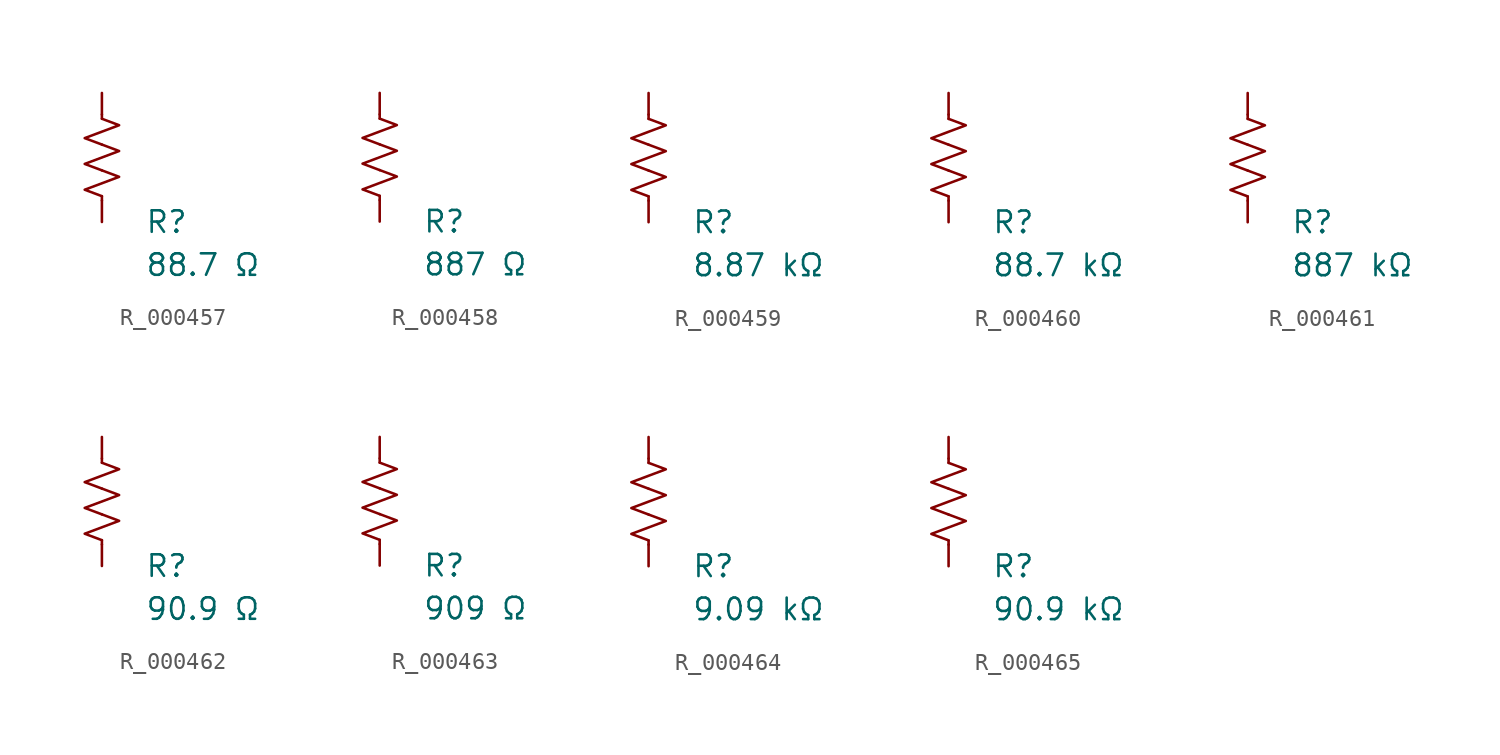
<source format=kicad_sym>
(kicad_symbol_lib
  (version 20231120)
  (generator "kicad_symbol_editor")
  (generator_version "8.0")
  (symbol "R_000457"
    (pin_numbers hide)
    (pin_names
      (offset 0))
    (property "Reference" "R"
      (at 2.54 -3.81 0)
      (effects (font (size 1.27 1.27)) (justify left))
      (show_name no))
    (property "Value" "88.7 Ω"
      (at 2.54 -6.35 0)
      (effects (font (size 1.27 1.27)) (justify left))
      (show_name no))
    (symbol "R_000457_0_1"
      (polyline (pts (xy 0 -2.286) (xy 0 -2.54)) (stroke (width 0) (type default)) (fill (type none)))
      (polyline (pts (xy 0 2.286) (xy 0 2.54)) (stroke (width 0) (type default)) (fill (type none)))
      (polyline (pts (xy 0 -0.762) (xy 1.016 -1.143) (xy 0 -1.524) (xy -1.016 -1.905) (xy 0 -2.286)) (stroke (width 0) (type default)) (fill (type none)))
      (polyline (pts (xy 0 0.762) (xy 1.016 0.381) (xy 0 0) (xy -1.016 -0.381) (xy 0 -0.762)) (stroke (width 0) (type default)) (fill (type none)))
      (polyline (pts (xy 0 2.286) (xy 1.016 1.905) (xy 0 1.524) (xy -1.016 1.143) (xy 0 0.762)) (stroke (width 0) (type default)) (fill (type none))))
    (symbol "R_000457_1_1"
      (pin passive line (at 0 3.81 270) (length 1.27) (name "~" (effects (font (size 1.27 1.27)))) (number "1" (effects (font (size 1.27 1.27)))))
      (pin passive line (at 0 -3.81 90) (length 1.27) (name "~" (effects (font (size 1.27 1.27)))) (number "2" (effects (font (size 1.27 1.27)))))))
  (symbol "R_000458"
    (pin_numbers hide)
    (pin_names
      (offset 0))
    (property "Reference" "R"
      (at 2.54 -3.81 0)
      (effects (font (size 1.27 1.27)) (justify left))
      (show_name no))
    (property "Value" "887 Ω"
      (at 2.54 -6.35 0)
      (effects (font (size 1.27 1.27)) (justify left))
      (show_name no))
    (symbol "R_000458_0_1"
      (polyline (pts (xy 0 -2.286) (xy 0 -2.54)) (stroke (width 0) (type default)) (fill (type none)))
      (polyline (pts (xy 0 2.286) (xy 0 2.54)) (stroke (width 0) (type default)) (fill (type none)))
      (polyline (pts (xy 0 -0.762) (xy 1.016 -1.143) (xy 0 -1.524) (xy -1.016 -1.905) (xy 0 -2.286)) (stroke (width 0) (type default)) (fill (type none)))
      (polyline (pts (xy 0 0.762) (xy 1.016 0.381) (xy 0 0) (xy -1.016 -0.381) (xy 0 -0.762)) (stroke (width 0) (type default)) (fill (type none)))
      (polyline (pts (xy 0 2.286) (xy 1.016 1.905) (xy 0 1.524) (xy -1.016 1.143) (xy 0 0.762)) (stroke (width 0) (type default)) (fill (type none))))
    (symbol "R_000458_1_1"
      (pin passive line (at 0 3.81 270) (length 1.27) (name "~" (effects (font (size 1.27 1.27)))) (number "1" (effects (font (size 1.27 1.27)))))
      (pin passive line (at 0 -3.81 90) (length 1.27) (name "~" (effects (font (size 1.27 1.27)))) (number "2" (effects (font (size 1.27 1.27)))))))
  (symbol "R_000459"
    (pin_numbers hide)
    (pin_names
      (offset 0))
    (property "Reference" "R"
      (at 2.54 -3.81 0)
      (effects (font (size 1.27 1.27)) (justify left))
      (show_name no))
    (property "Value" "8.87 kΩ"
      (at 2.54 -6.35 0)
      (effects (font (size 1.27 1.27)) (justify left))
      (show_name no))
    (symbol "R_000459_0_1"
      (polyline (pts (xy 0 -2.286) (xy 0 -2.54)) (stroke (width 0) (type default)) (fill (type none)))
      (polyline (pts (xy 0 2.286) (xy 0 2.54)) (stroke (width 0) (type default)) (fill (type none)))
      (polyline (pts (xy 0 -0.762) (xy 1.016 -1.143) (xy 0 -1.524) (xy -1.016 -1.905) (xy 0 -2.286)) (stroke (width 0) (type default)) (fill (type none)))
      (polyline (pts (xy 0 0.762) (xy 1.016 0.381) (xy 0 0) (xy -1.016 -0.381) (xy 0 -0.762)) (stroke (width 0) (type default)) (fill (type none)))
      (polyline (pts (xy 0 2.286) (xy 1.016 1.905) (xy 0 1.524) (xy -1.016 1.143) (xy 0 0.762)) (stroke (width 0) (type default)) (fill (type none))))
    (symbol "R_000459_1_1"
      (pin passive line (at 0 3.81 270) (length 1.27) (name "~" (effects (font (size 1.27 1.27)))) (number "1" (effects (font (size 1.27 1.27)))))
      (pin passive line (at 0 -3.81 90) (length 1.27) (name "~" (effects (font (size 1.27 1.27)))) (number "2" (effects (font (size 1.27 1.27)))))))
  (symbol "R_000460"
    (pin_numbers hide)
    (pin_names
      (offset 0))
    (property "Reference" "R"
      (at 2.54 -3.81 0)
      (effects (font (size 1.27 1.27)) (justify left))
      (show_name no))
    (property "Value" "88.7 kΩ"
      (at 2.54 -6.35 0)
      (effects (font (size 1.27 1.27)) (justify left))
      (show_name no))
    (symbol "R_000460_0_1"
      (polyline (pts (xy 0 -2.286) (xy 0 -2.54)) (stroke (width 0) (type default)) (fill (type none)))
      (polyline (pts (xy 0 2.286) (xy 0 2.54)) (stroke (width 0) (type default)) (fill (type none)))
      (polyline (pts (xy 0 -0.762) (xy 1.016 -1.143) (xy 0 -1.524) (xy -1.016 -1.905) (xy 0 -2.286)) (stroke (width 0) (type default)) (fill (type none)))
      (polyline (pts (xy 0 0.762) (xy 1.016 0.381) (xy 0 0) (xy -1.016 -0.381) (xy 0 -0.762)) (stroke (width 0) (type default)) (fill (type none)))
      (polyline (pts (xy 0 2.286) (xy 1.016 1.905) (xy 0 1.524) (xy -1.016 1.143) (xy 0 0.762)) (stroke (width 0) (type default)) (fill (type none))))
    (symbol "R_000460_1_1"
      (pin passive line (at 0 3.81 270) (length 1.27) (name "~" (effects (font (size 1.27 1.27)))) (number "1" (effects (font (size 1.27 1.27)))))
      (pin passive line (at 0 -3.81 90) (length 1.27) (name "~" (effects (font (size 1.27 1.27)))) (number "2" (effects (font (size 1.27 1.27)))))))
  (symbol "R_000461"
    (pin_numbers hide)
    (pin_names
      (offset 0))
    (property "Reference" "R"
      (at 2.54 -3.81 0)
      (effects (font (size 1.27 1.27)) (justify left))
      (show_name no))
    (property "Value" "887 kΩ"
      (at 2.54 -6.35 0)
      (effects (font (size 1.27 1.27)) (justify left))
      (show_name no))
    (symbol "R_000461_0_1"
      (polyline (pts (xy 0 -2.286) (xy 0 -2.54)) (stroke (width 0) (type default)) (fill (type none)))
      (polyline (pts (xy 0 2.286) (xy 0 2.54)) (stroke (width 0) (type default)) (fill (type none)))
      (polyline (pts (xy 0 -0.762) (xy 1.016 -1.143) (xy 0 -1.524) (xy -1.016 -1.905) (xy 0 -2.286)) (stroke (width 0) (type default)) (fill (type none)))
      (polyline (pts (xy 0 0.762) (xy 1.016 0.381) (xy 0 0) (xy -1.016 -0.381) (xy 0 -0.762)) (stroke (width 0) (type default)) (fill (type none)))
      (polyline (pts (xy 0 2.286) (xy 1.016 1.905) (xy 0 1.524) (xy -1.016 1.143) (xy 0 0.762)) (stroke (width 0) (type default)) (fill (type none))))
    (symbol "R_000461_1_1"
      (pin passive line (at 0 3.81 270) (length 1.27) (name "~" (effects (font (size 1.27 1.27)))) (number "1" (effects (font (size 1.27 1.27)))))
      (pin passive line (at 0 -3.81 90) (length 1.27) (name "~" (effects (font (size 1.27 1.27)))) (number "2" (effects (font (size 1.27 1.27)))))))
  (symbol "R_000462"
    (pin_numbers hide)
    (pin_names
      (offset 0))
    (property "Reference" "R"
      (at 2.54 -3.81 0)
      (effects (font (size 1.27 1.27)) (justify left))
      (show_name no))
    (property "Value" "90.9 Ω"
      (at 2.54 -6.35 0)
      (effects (font (size 1.27 1.27)) (justify left))
      (show_name no))
    (symbol "R_000462_0_1"
      (polyline (pts (xy 0 -2.286) (xy 0 -2.54)) (stroke (width 0) (type default)) (fill (type none)))
      (polyline (pts (xy 0 2.286) (xy 0 2.54)) (stroke (width 0) (type default)) (fill (type none)))
      (polyline (pts (xy 0 -0.762) (xy 1.016 -1.143) (xy 0 -1.524) (xy -1.016 -1.905) (xy 0 -2.286)) (stroke (width 0) (type default)) (fill (type none)))
      (polyline (pts (xy 0 0.762) (xy 1.016 0.381) (xy 0 0) (xy -1.016 -0.381) (xy 0 -0.762)) (stroke (width 0) (type default)) (fill (type none)))
      (polyline (pts (xy 0 2.286) (xy 1.016 1.905) (xy 0 1.524) (xy -1.016 1.143) (xy 0 0.762)) (stroke (width 0) (type default)) (fill (type none))))
    (symbol "R_000462_1_1"
      (pin passive line (at 0 3.81 270) (length 1.27) (name "~" (effects (font (size 1.27 1.27)))) (number "1" (effects (font (size 1.27 1.27)))))
      (pin passive line (at 0 -3.81 90) (length 1.27) (name "~" (effects (font (size 1.27 1.27)))) (number "2" (effects (font (size 1.27 1.27)))))))
  (symbol "R_000463"
    (pin_numbers hide)
    (pin_names
      (offset 0))
    (property "Reference" "R"
      (at 2.54 -3.81 0)
      (effects (font (size 1.27 1.27)) (justify left))
      (show_name no))
    (property "Value" "909 Ω"
      (at 2.54 -6.35 0)
      (effects (font (size 1.27 1.27)) (justify left))
      (show_name no))
    (symbol "R_000463_0_1"
      (polyline (pts (xy 0 -2.286) (xy 0 -2.54)) (stroke (width 0) (type default)) (fill (type none)))
      (polyline (pts (xy 0 2.286) (xy 0 2.54)) (stroke (width 0) (type default)) (fill (type none)))
      (polyline (pts (xy 0 -0.762) (xy 1.016 -1.143) (xy 0 -1.524) (xy -1.016 -1.905) (xy 0 -2.286)) (stroke (width 0) (type default)) (fill (type none)))
      (polyline (pts (xy 0 0.762) (xy 1.016 0.381) (xy 0 0) (xy -1.016 -0.381) (xy 0 -0.762)) (stroke (width 0) (type default)) (fill (type none)))
      (polyline (pts (xy 0 2.286) (xy 1.016 1.905) (xy 0 1.524) (xy -1.016 1.143) (xy 0 0.762)) (stroke (width 0) (type default)) (fill (type none))))
    (symbol "R_000463_1_1"
      (pin passive line (at 0 3.81 270) (length 1.27) (name "~" (effects (font (size 1.27 1.27)))) (number "1" (effects (font (size 1.27 1.27)))))
      (pin passive line (at 0 -3.81 90) (length 1.27) (name "~" (effects (font (size 1.27 1.27)))) (number "2" (effects (font (size 1.27 1.27)))))))
  (symbol "R_000464"
    (pin_numbers hide)
    (pin_names
      (offset 0))
    (property "Reference" "R"
      (at 2.54 -3.81 0)
      (effects (font (size 1.27 1.27)) (justify left))
      (show_name no))
    (property "Value" "9.09 kΩ"
      (at 2.54 -6.35 0)
      (effects (font (size 1.27 1.27)) (justify left))
      (show_name no))
    (symbol "R_000464_0_1"
      (polyline (pts (xy 0 -2.286) (xy 0 -2.54)) (stroke (width 0) (type default)) (fill (type none)))
      (polyline (pts (xy 0 2.286) (xy 0 2.54)) (stroke (width 0) (type default)) (fill (type none)))
      (polyline (pts (xy 0 -0.762) (xy 1.016 -1.143) (xy 0 -1.524) (xy -1.016 -1.905) (xy 0 -2.286)) (stroke (width 0) (type default)) (fill (type none)))
      (polyline (pts (xy 0 0.762) (xy 1.016 0.381) (xy 0 0) (xy -1.016 -0.381) (xy 0 -0.762)) (stroke (width 0) (type default)) (fill (type none)))
      (polyline (pts (xy 0 2.286) (xy 1.016 1.905) (xy 0 1.524) (xy -1.016 1.143) (xy 0 0.762)) (stroke (width 0) (type default)) (fill (type none))))
    (symbol "R_000464_1_1"
      (pin passive line (at 0 3.81 270) (length 1.27) (name "~" (effects (font (size 1.27 1.27)))) (number "1" (effects (font (size 1.27 1.27)))))
      (pin passive line (at 0 -3.81 90) (length 1.27) (name "~" (effects (font (size 1.27 1.27)))) (number "2" (effects (font (size 1.27 1.27)))))))
  (symbol "R_000465"
    (pin_numbers hide)
    (pin_names
      (offset 0))
    (property "Reference" "R"
      (at 2.54 -3.81 0)
      (effects (font (size 1.27 1.27)) (justify left))
      (show_name no))
    (property "Value" "90.9 kΩ"
      (at 2.54 -6.35 0)
      (effects (font (size 1.27 1.27)) (justify left))
      (show_name no))
    (symbol "R_000465_0_1"
      (polyline (pts (xy 0 -2.286) (xy 0 -2.54)) (stroke (width 0) (type default)) (fill (type none)))
      (polyline (pts (xy 0 2.286) (xy 0 2.54)) (stroke (width 0) (type default)) (fill (type none)))
      (polyline (pts (xy 0 -0.762) (xy 1.016 -1.143) (xy 0 -1.524) (xy -1.016 -1.905) (xy 0 -2.286)) (stroke (width 0) (type default)) (fill (type none)))
      (polyline (pts (xy 0 0.762) (xy 1.016 0.381) (xy 0 0) (xy -1.016 -0.381) (xy 0 -0.762)) (stroke (width 0) (type default)) (fill (type none)))
      (polyline (pts (xy 0 2.286) (xy 1.016 1.905) (xy 0 1.524) (xy -1.016 1.143) (xy 0 0.762)) (stroke (width 0) (type default)) (fill (type none))))
    (symbol "R_000465_1_1"
      (pin passive line (at 0 3.81 270) (length 1.27) (name "~" (effects (font (size 1.27 1.27)))) (number "1" (effects (font (size 1.27 1.27)))))
      (pin passive line (at 0 -3.81 90) (length 1.27) (name "~" (effects (font (size 1.27 1.27)))) (number "2" (effects (font (size 1.27 1.27))))))))
</source>
